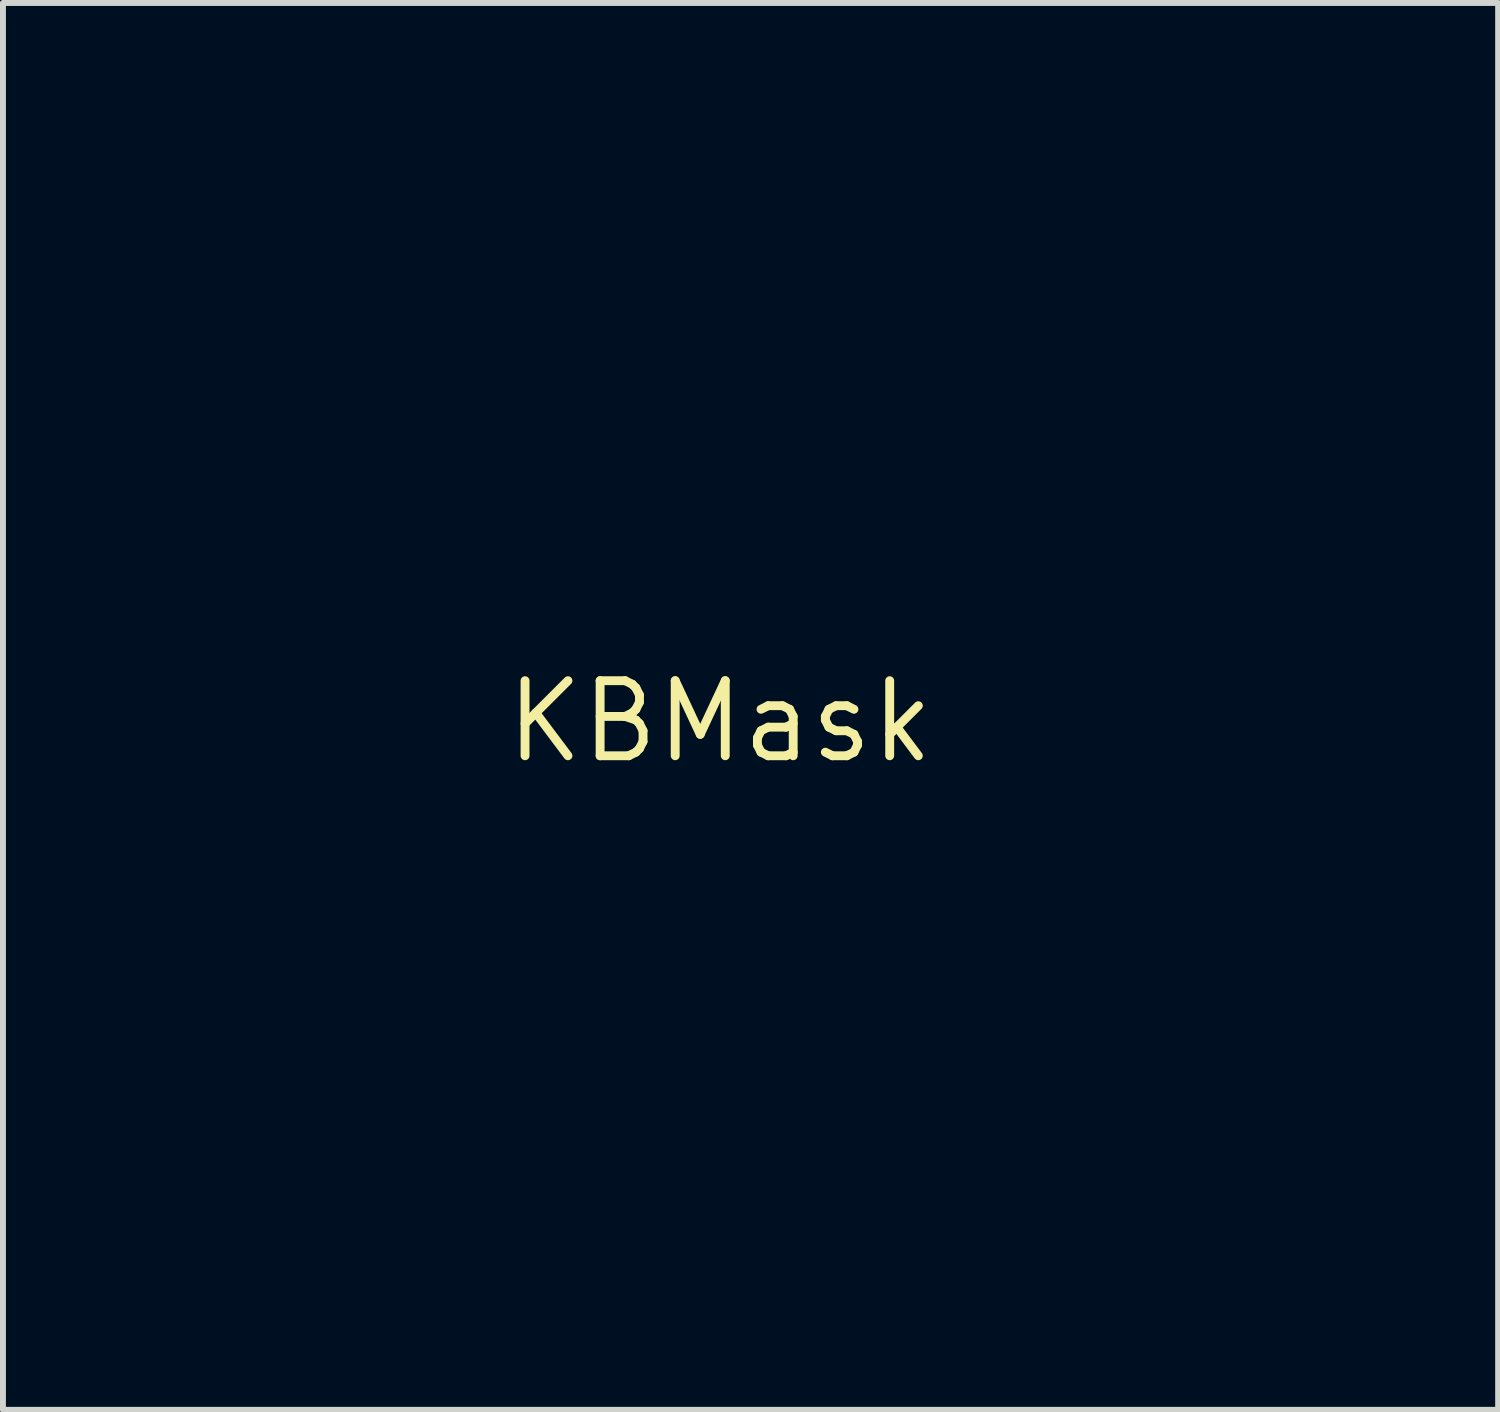
<source format=kicad_pcb>
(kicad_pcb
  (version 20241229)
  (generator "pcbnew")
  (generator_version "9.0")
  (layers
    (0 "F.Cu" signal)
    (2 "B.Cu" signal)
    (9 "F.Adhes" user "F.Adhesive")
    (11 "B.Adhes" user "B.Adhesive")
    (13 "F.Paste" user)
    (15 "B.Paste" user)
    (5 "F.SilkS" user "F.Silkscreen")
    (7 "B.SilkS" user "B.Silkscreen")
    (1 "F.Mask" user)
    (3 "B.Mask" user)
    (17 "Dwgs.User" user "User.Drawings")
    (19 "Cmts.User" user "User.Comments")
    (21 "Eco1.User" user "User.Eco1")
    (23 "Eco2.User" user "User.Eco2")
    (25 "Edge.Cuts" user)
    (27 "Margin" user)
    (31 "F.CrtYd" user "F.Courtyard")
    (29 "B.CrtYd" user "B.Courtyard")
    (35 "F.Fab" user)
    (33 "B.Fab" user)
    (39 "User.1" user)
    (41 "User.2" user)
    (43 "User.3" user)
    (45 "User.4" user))
  (footprint "KBMask"
    (layer "F.Cu")
    (at 9.128 9.155)
    (property "Reference" "KBMask" (at 0 0 0) (layer "F.SilkS") (effects (font (size 1.27 1.27) (thickness 0.15))))
    (attr through_hole)
    (fp_poly (pts (xy 1.311 -2.148) (xy 0.539 -1.704) (xy 0.373 -1.609) (xy 0.219 -1.521) (xy 0.08 -1.441) (xy -0.04 -1.373) (xy -0.137 -1.317) (xy -0.208 -1.278) (xy -0.247 -1.256) (xy -0.254 -1.252) (xy -0.26 -1.271) (xy -0.265 -1.331) (xy -0.268 -1.431) (xy -0.271 -1.569) (xy -0.274 -1.744) (xy -0.275 -1.955) (xy -0.275 -2.163) (xy -0.275 -3.08) (xy 0.519 -3.538) (xy 1.312 -3.996) (xy 1.311 -2.148)) (stroke (width 0.01) (type solid)) (fill yes) (layer "F.Mask"))
    (fp_poly (pts (xy 4.864 3.757) (xy 4.866 3.895) (xy 4.866 4.051) (xy 4.865 4.203) (xy 4.864 4.285) (xy 4.858 4.549) (xy 4.408 4.291) (xy 4.284 4.219) (xy 4.173 4.154) (xy 4.08 4.099) (xy 4.01 4.056) (xy 3.969 4.03) (xy 3.959 4.022) (xy 3.976 4.009) (xy 4.026 3.978) (xy 4.102 3.931) (xy 4.2 3.873) (xy 4.315 3.806) (xy 4.408 3.752) (xy 4.858 3.493) (xy 4.864 3.757)) (stroke (width 0.01) (type solid)) (fill yes) (layer "F.Mask"))
    (fp_poly (pts (xy 10.155 6.808) (xy 10.149 7.731) (xy 9.483 8.116) (xy 9.324 8.207) (xy 9.172 8.295) (xy 9.032 8.376) (xy 8.908 8.447) (xy 8.807 8.505) (xy 8.733 8.548) (xy 8.694 8.57) (xy 8.572 8.639) (xy 8.572 6.803) (xy 8.842 6.646) (xy 8.936 6.593) (xy 9.057 6.523) (xy 9.198 6.441) (xy 9.351 6.353) (xy 9.508 6.262) (xy 9.636 6.188) (xy 10.16 5.886) (xy 10.155 6.808)) (stroke (width 0.01) (type solid)) (fill yes) (layer "F.Mask"))
    (fp_poly (pts (xy 8.403 4.653) (xy 7.678 5.07) (xy 7.516 5.163) (xy 7.363 5.252) (xy 7.223 5.332) (xy 7.101 5.403) (xy 7.002 5.46) (xy 6.93 5.502) (xy 6.889 5.526) (xy 6.884 5.529) (xy 6.815 5.57) (xy 6.821 4.307) (xy 6.826 3.043) (xy 7.535 2.632) (xy 7.696 2.539) (xy 7.849 2.451) (xy 7.988 2.37) (xy 8.109 2.301) (xy 8.208 2.244) (xy 8.28 2.203) (xy 8.321 2.18) (xy 8.324 2.179) (xy 8.403 2.137) (xy 8.403 4.653)) (stroke (width 0.01) (type solid)) (fill yes) (layer "F.Mask"))
    (fp_poly (pts (xy -3.769 1.814) (xy -3.714 1.845) (xy -3.63 1.892) (xy -3.522 1.954) (xy -3.392 2.028) (xy -3.245 2.112) (xy -3.085 2.204) (xy -2.997 2.254) (xy -2.224 2.699) (xy -2.233 4.663) (xy -2.889 5.043) (xy -3.047 5.134) (xy -3.199 5.222) (xy -3.34 5.303) (xy -3.464 5.374) (xy -3.566 5.433) (xy -3.641 5.476) (xy -3.678 5.496) (xy -3.81 5.57) (xy -3.81 3.683) (xy -3.81 3.363) (xy -3.809 3.067) (xy -3.808 2.797) (xy -3.807 2.555) (xy -3.805 2.344) (xy -3.803 2.164) (xy -3.8 2.018) (xy -3.798 1.908) (xy -3.795 1.836) (xy -3.792 1.804) (xy -3.791 1.803) (xy -3.769 1.814)) (stroke (width 0.01) (type solid)) (fill yes) (layer "F.Mask"))
    (fp_poly (pts (xy 5.127 2.186) (xy 5.166 2.208) (xy 5.237 2.249) (xy 5.335 2.306) (xy 5.455 2.375) (xy 5.593 2.455) (xy 5.744 2.542) (xy 5.904 2.634) (xy 5.905 2.635) (xy 6.061 2.725) (xy 6.205 2.808) (xy 6.334 2.883) (xy 6.443 2.946) (xy 6.527 2.996) (xy 6.584 3.03) (xy 6.609 3.046) (xy 6.609 3.046) (xy 6.612 3.07) (xy 6.615 3.131) (xy 6.617 3.228) (xy 6.619 3.356) (xy 6.62 3.511) (xy 6.621 3.69) (xy 6.621 3.889) (xy 6.621 4.103) (xy 6.62 4.313) (xy 6.615 5.564) (xy 5.831 5.112) (xy 5.048 4.66) (xy 5.043 3.397) (xy 5.037 2.134) (xy 5.127 2.186)) (stroke (width 0.01) (type solid)) (fill yes) (layer "F.Mask"))
    (fp_poly (pts (xy -3.775 -2.953) (xy -3.721 -2.924) (xy -3.639 -2.878) (xy -3.531 -2.817) (xy -3.402 -2.744) (xy -3.256 -2.66) (xy -3.096 -2.569) (xy -3.002 -2.514) (xy -2.223 -2.065) (xy -2.223 -1.768) (xy -2.223 -1.471) (xy -3.004 -1.021) (xy -3.169 -0.926) (xy -3.324 -0.838) (xy -3.463 -0.758) (xy -3.583 -0.69) (xy -3.68 -0.635) (xy -3.75 -0.596) (xy -3.79 -0.575) (xy -3.797 -0.572) (xy -3.8 -0.592) (xy -3.802 -0.651) (xy -3.804 -0.745) (xy -3.806 -0.87) (xy -3.807 -1.022) (xy -3.808 -1.198) (xy -3.809 -1.393) (xy -3.81 -1.604) (xy -3.81 -1.767) (xy -3.81 -1.988) (xy -3.809 -2.195) (xy -3.808 -2.386) (xy -3.806 -2.556) (xy -3.805 -2.701) (xy -3.803 -2.818) (xy -3.8 -2.903) (xy -3.798 -2.952) (xy -3.796 -2.963) (xy -3.775 -2.953)) (stroke (width 0.01) (type solid)) (fill yes) (layer "F.Mask"))
    (fp_poly (pts (xy 2.125 0.455) (xy 2.177 0.484) (xy 2.257 0.529) (xy 2.359 0.587) (xy 2.479 0.656) (xy 2.613 0.732) (xy 2.755 0.814) (xy 2.901 0.899) (xy 3.047 0.983) (xy 3.187 1.065) (xy 3.317 1.141) (xy 3.433 1.208) (xy 3.529 1.265) (xy 3.602 1.308) (xy 3.646 1.335) (xy 3.657 1.343) (xy 3.662 1.356) (xy 3.667 1.388) (xy 3.671 1.44) (xy 3.674 1.515) (xy 3.677 1.617) (xy 3.678 1.746) (xy 3.679 1.908) (xy 3.679 2.103) (xy 3.679 2.335) (xy 3.678 2.607) (xy 3.678 2.616) (xy 3.672 3.865) (xy 2.095 2.955) (xy 2.095 1.7) (xy 2.096 1.474) (xy 2.096 1.261) (xy 2.097 1.064) (xy 2.098 0.888) (xy 2.099 0.737) (xy 2.1 0.613) (xy 2.101 0.52) (xy 2.103 0.463) (xy 2.104 0.445) (xy 2.125 0.455)) (stroke (width 0.01) (type solid)) (fill yes) (layer "F.Mask"))
    (fp_poly (pts (xy 5.449 0.465) (xy 5.453 0.522) (xy 5.456 0.61) (xy 5.459 0.725) (xy 5.46 0.86) (xy 5.461 1.01) (xy 5.461 1.014) (xy 5.461 1.584) (xy 4.879 1.917) (xy 4.873 2.597) (xy 4.871 2.798) (xy 4.869 2.961) (xy 4.865 3.087) (xy 4.861 3.181) (xy 4.855 3.245) (xy 4.848 3.283) (xy 4.842 3.297) (xy 4.816 3.313) (xy 4.76 3.347) (xy 4.678 3.396) (xy 4.576 3.455) (xy 4.46 3.523) (xy 4.403 3.556) (xy 4.279 3.627) (xy 4.164 3.694) (xy 4.063 3.752) (xy 3.984 3.798) (xy 3.932 3.828) (xy 3.921 3.835) (xy 3.852 3.877) (xy 3.857 2.613) (xy 3.863 1.348) (xy 4.646 0.896) (xy 4.812 0.801) (xy 4.967 0.712) (xy 5.106 0.632) (xy 5.227 0.564) (xy 5.325 0.509) (xy 5.396 0.47) (xy 5.437 0.448) (xy 5.445 0.445) (xy 5.449 0.465)) (stroke (width 0.01) (type solid)) (fill yes) (layer "F.Mask"))
    (fp_poly (pts (xy 7.205 1.337) (xy 7.44 1.472) (xy 7.639 1.587) (xy 7.807 1.684) (xy 7.945 1.764) (xy 8.056 1.83) (xy 8.141 1.881) (xy 8.205 1.92) (xy 8.248 1.948) (xy 8.273 1.966) (xy 8.284 1.976) (xy 8.284 1.977) (xy 8.267 1.991) (xy 8.216 2.024) (xy 8.134 2.075) (xy 8.024 2.141) (xy 7.89 2.221) (xy 7.734 2.312) (xy 7.56 2.414) (xy 7.37 2.525) (xy 7.167 2.641) (xy 6.955 2.763) (xy 6.835 2.831) (xy 6.717 2.899) (xy 5.936 2.447) (xy 5.77 2.352) (xy 5.617 2.262) (xy 5.479 2.18) (xy 5.361 2.109) (xy 5.266 2.051) (xy 5.199 2.008) (xy 5.162 1.983) (xy 5.156 1.977) (xy 5.174 1.963) (xy 5.225 1.93) (xy 5.305 1.88) (xy 5.411 1.816) (xy 5.538 1.741) (xy 5.683 1.655) (xy 5.842 1.562) (xy 5.937 1.507) (xy 6.717 1.056) (xy 7.205 1.337)) (stroke (width 0.01) (type solid)) (fill yes) (layer "F.Mask"))
    (fp_poly (pts (xy -5.778 0.12) (xy -5.772 0.136) (xy -5.767 0.168) (xy -5.763 0.217) (xy -5.761 0.289) (xy -5.759 0.387) (xy -5.758 0.515) (xy -5.758 0.676) (xy -5.757 0.874) (xy -5.757 0.961) (xy -5.757 1.147) (xy -5.758 1.319) (xy -5.758 1.473) (xy -5.759 1.604) (xy -5.76 1.708) (xy -5.761 1.78) (xy -5.762 1.817) (xy -5.763 1.82) (xy -5.781 1.81) (xy -5.833 1.78) (xy -5.913 1.735) (xy -6.019 1.674) (xy -6.145 1.602) (xy -6.288 1.519) (xy -6.444 1.429) (xy -6.498 1.398) (xy -6.658 1.306) (xy -6.806 1.219) (xy -6.938 1.141) (xy -7.051 1.074) (xy -7.14 1.02) (xy -7.201 0.982) (xy -7.231 0.962) (xy -7.233 0.959) (xy -7.217 0.946) (xy -7.168 0.915) (xy -7.092 0.868) (xy -6.994 0.808) (xy -6.878 0.739) (xy -6.75 0.662) (xy -6.613 0.581) (xy -6.472 0.499) (xy -6.333 0.418) (xy -6.2 0.341) (xy -6.078 0.271) (xy -5.971 0.21) (xy -5.885 0.162) (xy -5.824 0.129) (xy -5.794 0.115) (xy -5.785 0.114) (xy -5.778 0.12)) (stroke (width 0.01) (type solid)) (fill yes) (layer "F.Mask"))
    (fp_poly (pts (xy 9.266 5.25) (xy 9.432 5.346) (xy 9.586 5.435) (xy 9.725 5.516) (xy 9.845 5.586) (xy 9.943 5.643) (xy 10.013 5.685) (xy 10.053 5.709) (xy 10.06 5.714) (xy 10.045 5.726) (xy 9.998 5.757) (xy 9.923 5.804) (xy 9.825 5.864) (xy 9.708 5.934) (xy 9.577 6.013) (xy 9.437 6.096) (xy 9.291 6.182) (xy 9.145 6.269) (xy 9.003 6.352) (xy 8.869 6.43) (xy 8.748 6.5) (xy 8.644 6.559) (xy 8.563 6.605) (xy 8.508 6.634) (xy 8.483 6.645) (xy 8.483 6.645) (xy 8.464 6.635) (xy 8.412 6.605) (xy 8.332 6.558) (xy 8.226 6.497) (xy 8.098 6.424) (xy 7.953 6.34) (xy 7.794 6.248) (xy 7.697 6.191) (xy 7.532 6.095) (xy 7.378 6.006) (xy 7.239 5.925) (xy 7.12 5.855) (xy 7.024 5.799) (xy 6.954 5.758) (xy 6.915 5.734) (xy 6.908 5.73) (xy 6.924 5.718) (xy 6.973 5.686) (xy 7.051 5.639) (xy 7.154 5.577) (xy 7.28 5.502) (xy 7.425 5.417) (xy 7.583 5.325) (xy 7.693 5.261) (xy 8.488 4.802) (xy 9.266 5.25)) (stroke (width 0.01) (type solid)) (fill yes) (layer "F.Mask"))
    (fp_poly (pts (xy -8.978 -8.008) (xy -8.947 -7.99) (xy -8.88 -7.952) (xy -8.78 -7.894) (xy -8.649 -7.818) (xy -8.487 -7.725) (xy -8.298 -7.616) (xy -8.082 -7.492) (xy -7.841 -7.353) (xy -7.577 -7.201) (xy -7.292 -7.036) (xy -6.987 -6.86) (xy -6.664 -6.674) (xy -6.325 -6.478) (xy -5.972 -6.274) (xy -5.605 -6.062) (xy -5.227 -5.844) (xy -4.84 -5.62) (xy -4.639 -5.504) (xy -0.445 -3.081) (xy -0.445 -2.165) (xy -0.445 -1.973) (xy -0.446 -1.794) (xy -0.447 -1.634) (xy -0.45 -1.496) (xy -0.452 -1.384) (xy -0.455 -1.304) (xy -0.458 -1.258) (xy -0.46 -1.25) (xy -0.481 -1.261) (xy -0.535 -1.29) (xy -0.618 -1.337) (xy -0.726 -1.399) (xy -0.856 -1.473) (xy -1.003 -1.558) (xy -1.165 -1.652) (xy -1.291 -1.725) (xy -1.479 -1.834) (xy -1.702 -1.964) (xy -1.96 -2.113) (xy -2.252 -2.282) (xy -2.576 -2.47) (xy -2.932 -2.675) (xy -3.318 -2.899) (xy -3.734 -3.139) (xy -4.179 -3.396) (xy -4.651 -3.669) (xy -5.15 -3.957) (xy -5.675 -4.26) (xy -6.224 -4.576) (xy -6.796 -4.907) (xy -7.371 -5.238) (xy -9.123 -6.248) (xy -9.123 -8.089) (xy -8.978 -8.008)) (stroke (width 0.01) (type solid)) (fill yes) (layer "F.Mask"))
    (fp_poly (pts (xy 3.806 -0.619) (xy 3.861 -0.589) (xy 3.944 -0.543) (xy 4.048 -0.485) (xy 4.17 -0.415) (xy 4.305 -0.338) (xy 4.449 -0.256) (xy 4.596 -0.172) (xy 4.742 -0.087) (xy 4.882 -0.006) (xy 5.013 0.07) (xy 5.129 0.138) (xy 5.225 0.195) (xy 5.298 0.239) (xy 5.342 0.266) (xy 5.354 0.275) (xy 5.336 0.289) (xy 5.286 0.32) (xy 5.208 0.367) (xy 5.107 0.426) (xy 4.988 0.496) (xy 4.855 0.573) (xy 4.712 0.655) (xy 4.565 0.74) (xy 4.418 0.823) (xy 4.275 0.904) (xy 4.141 0.98) (xy 4.021 1.046) (xy 3.92 1.102) (xy 3.842 1.145) (xy 3.791 1.171) (xy 3.773 1.179) (xy 3.747 1.169) (xy 3.689 1.14) (xy 3.602 1.095) (xy 3.491 1.034) (xy 3.36 0.961) (xy 3.212 0.877) (xy 3.052 0.785) (xy 2.974 0.74) (xy 2.811 0.645) (xy 2.659 0.556) (xy 2.523 0.475) (xy 2.406 0.405) (xy 2.313 0.348) (xy 2.246 0.307) (xy 2.211 0.283) (xy 2.206 0.279) (xy 2.222 0.264) (xy 2.271 0.231) (xy 2.347 0.183) (xy 2.447 0.123) (xy 2.565 0.052) (xy 2.697 -0.026) (xy 2.838 -0.109) (xy 2.985 -0.194) (xy 3.132 -0.278) (xy 3.274 -0.359) (xy 3.408 -0.434) (xy 3.528 -0.501) (xy 3.63 -0.557) (xy 3.709 -0.599) (xy 3.762 -0.624) (xy 3.781 -0.631) (xy 3.806 -0.619)) (stroke (width 0.01) (type solid)) (fill yes) (layer "F.Mask"))
    (fp_poly (pts (xy -2.085 -1.304) (xy -2.061 -1.29) (xy -2.003 -1.256) (xy -1.913 -1.204) (xy -1.794 -1.135) (xy -1.648 -1.051) (xy -1.478 -0.952) (xy -1.285 -0.841) (xy -1.073 -0.718) (xy -0.843 -0.586) (xy -0.599 -0.445) (xy -0.342 -0.296) (xy -0.076 -0.143) (xy -0.069 -0.138) (xy 1.905 1.001) (xy 1.905 1.918) (xy 1.905 2.111) (xy 1.904 2.289) (xy 1.902 2.45) (xy 1.9 2.588) (xy 1.897 2.7) (xy 1.895 2.78) (xy 1.891 2.826) (xy 1.889 2.834) (xy 1.869 2.823) (xy 1.815 2.793) (xy 1.728 2.743) (xy 1.61 2.676) (xy 1.464 2.592) (xy 1.291 2.493) (xy 1.093 2.379) (xy 0.873 2.252) (xy 0.632 2.113) (xy 0.373 1.964) (xy 0.097 1.804) (xy -0.194 1.637) (xy -0.497 1.462) (xy -0.811 1.28) (xy -0.915 1.22) (xy -1.232 1.037) (xy -1.538 0.86) (xy -1.832 0.689) (xy -2.112 0.526) (xy -2.376 0.373) (xy -2.622 0.229) (xy -2.847 0.098) (xy -3.051 -0.022) (xy -3.23 -0.127) (xy -3.384 -0.218) (xy -3.509 -0.292) (xy -3.604 -0.349) (xy -3.667 -0.388) (xy -3.696 -0.407) (xy -3.698 -0.408) (xy -3.679 -0.422) (xy -3.627 -0.455) (xy -3.547 -0.504) (xy -3.44 -0.567) (xy -3.313 -0.643) (xy -3.167 -0.728) (xy -3.008 -0.821) (xy -2.91 -0.877) (xy -2.718 -0.988) (xy -2.56 -1.079) (xy -2.431 -1.152) (xy -2.328 -1.209) (xy -2.249 -1.251) (xy -2.19 -1.28) (xy -2.147 -1.298) (xy -2.118 -1.307) (xy -2.098 -1.308) (xy -2.085 -1.304)) (stroke (width 0.01) (type solid)) (fill yes) (layer "F.Mask"))
    (fp_poly (pts (xy -3.775 -0.224) (xy -3.753 -0.212) (xy -3.697 -0.18) (xy -3.607 -0.129) (xy -3.487 -0.061) (xy -3.339 0.025) (xy -3.164 0.125) (xy -2.964 0.24) (xy -2.742 0.368) (xy -2.499 0.508) (xy -2.238 0.658) (xy -1.96 0.818) (xy -1.667 0.987) (xy -1.363 1.163) (xy -1.047 1.345) (xy -0.923 1.417) (xy -0.586 1.612) (xy -0.248 1.807) (xy 0.089 2.001) (xy 0.421 2.193) (xy 0.745 2.381) (xy 1.06 2.562) (xy 1.36 2.736) (xy 1.644 2.9) (xy 1.909 3.053) (xy 2.152 3.193) (xy 2.369 3.319) (xy 2.558 3.428) (xy 2.716 3.519) (xy 2.826 3.583) (xy 3.032 3.702) (xy 3.247 3.826) (xy 3.465 3.952) (xy 3.679 4.075) (xy 3.881 4.192) (xy 4.065 4.298) (xy 4.224 4.39) (xy 4.318 4.444) (xy 4.454 4.523) (xy 4.621 4.619) (xy 4.81 4.729) (xy 5.016 4.848) (xy 5.232 4.972) (xy 5.45 5.098) (xy 5.665 5.222) (xy 5.821 5.312) (xy 6.042 5.44) (xy 6.284 5.58) (xy 6.537 5.726) (xy 6.793 5.874) (xy 7.044 6.018) (xy 7.28 6.154) (xy 7.492 6.277) (xy 7.583 6.329) (xy 8.403 6.802) (xy 8.403 7.719) (xy 8.403 7.911) (xy 8.403 8.09) (xy 8.402 8.251) (xy 8.401 8.389) (xy 8.401 8.501) (xy 8.4 8.581) (xy 8.399 8.627) (xy 8.398 8.636) (xy 8.379 8.625) (xy 8.326 8.594) (xy 8.238 8.544) (xy 8.117 8.474) (xy 7.966 8.387) (xy 7.784 8.282) (xy 7.574 8.161) (xy 7.336 8.024) (xy 7.073 7.872) (xy 6.785 7.706) (xy 6.474 7.527) (xy 6.142 7.335) (xy 5.788 7.131) (xy 5.416 6.916) (xy 5.025 6.69) (xy 4.619 6.456) (xy 4.197 6.212) (xy 3.761 5.961) (xy 3.313 5.702) (xy 2.854 5.437) (xy 2.386 5.166) (xy 2.297 5.115) (xy -3.799 1.594) (xy -3.805 0.678) (xy -3.806 0.457) (xy -3.807 0.275) (xy -3.807 0.127) (xy -3.806 0.011) (xy -3.805 -0.077) (xy -3.802 -0.141) (xy -3.799 -0.184) (xy -3.794 -0.21) (xy -3.787 -0.222) (xy -3.78 -0.225) (xy -3.775 -0.224)) (stroke (width 0.01) (type solid)) (fill yes) (layer "F.Mask"))
    (fp_poly (pts (xy -7.42 -9.14) (xy -7.366 -9.109) (xy -7.279 -9.06) (xy -7.161 -8.993) (xy -7.015 -8.909) (xy -6.842 -8.81) (xy -6.644 -8.697) (xy -6.422 -8.57) (xy -6.18 -8.431) (xy -5.919 -8.28) (xy -5.641 -8.12) (xy -5.347 -7.952) (xy -5.041 -7.775) (xy -4.723 -7.593) (xy -4.396 -7.404) (xy -4.062 -7.212) (xy -3.722 -7.016) (xy -3.379 -6.819) (xy -3.034 -6.62) (xy -2.691 -6.422) (xy -2.349 -6.225) (xy -2.012 -6.031) (xy -1.682 -5.84) (xy -1.359 -5.655) (xy -1.048 -5.475) (xy -0.748 -5.302) (xy -0.463 -5.137) (xy -0.194 -4.982) (xy 0.057 -4.837) (xy 0.288 -4.703) (xy 0.497 -4.582) (xy 0.682 -4.475) (xy 0.84 -4.383) (xy 0.971 -4.307) (xy 1.072 -4.248) (xy 1.141 -4.208) (xy 1.171 -4.19) (xy 1.23 -4.154) (xy 0.438 -3.696) (xy 0.272 -3.6) (xy 0.116 -3.511) (xy -0.023 -3.43) (xy -0.144 -3.361) (xy -0.242 -3.306) (xy -0.313 -3.266) (xy -0.354 -3.243) (xy -0.362 -3.239) (xy -0.381 -3.25) (xy -0.435 -3.281) (xy -0.522 -3.331) (xy -0.641 -3.399) (xy -0.791 -3.485) (xy -0.969 -3.588) (xy -1.174 -3.706) (xy -1.404 -3.839) (xy -1.659 -3.986) (xy -1.935 -4.145) (xy -2.232 -4.317) (xy -2.548 -4.499) (xy -2.882 -4.692) (xy -3.231 -4.894) (xy -3.595 -5.104) (xy -3.971 -5.321) (xy -4.358 -5.545) (xy -4.683 -5.732) (xy -5.077 -5.96) (xy -5.463 -6.183) (xy -5.836 -6.399) (xy -6.197 -6.608) (xy -6.544 -6.809) (xy -6.874 -7.001) (xy -7.186 -7.182) (xy -7.479 -7.353) (xy -7.751 -7.511) (xy -8 -7.657) (xy -8.225 -7.789) (xy -8.425 -7.906) (xy -8.597 -8.007) (xy -8.74 -8.091) (xy -8.853 -8.158) (xy -8.933 -8.207) (xy -8.98 -8.236) (xy -8.992 -8.244) (xy -8.973 -8.259) (xy -8.923 -8.291) (xy -8.845 -8.339) (xy -8.744 -8.4) (xy -8.625 -8.471) (xy -8.493 -8.55) (xy -8.351 -8.633) (xy -8.205 -8.719) (xy -8.06 -8.803) (xy -7.919 -8.884) (xy -7.788 -8.96) (xy -7.671 -9.026) (xy -7.573 -9.081) (xy -7.499 -9.121) (xy -7.452 -9.145) (xy -7.439 -9.15) (xy -7.42 -9.14)) (stroke (width 0.01) (type solid)) (fill yes) (layer "F.Mask"))
    (fp_poly (pts (xy -5.545 -3.969) (xy -5.49 -3.94) (xy -5.408 -3.896) (xy -5.304 -3.838) (xy -5.182 -3.77) (xy -5.048 -3.694) (xy -4.905 -3.613) (xy -4.759 -3.53) (xy -4.614 -3.447) (xy -4.475 -3.367) (xy -4.348 -3.293) (xy -4.235 -3.227) (xy -4.143 -3.173) (xy -4.077 -3.132) (xy -4.041 -3.11) (xy -3.987 -3.072) (xy -3.985 1.248) (xy -3.984 1.672) (xy -3.984 2.085) (xy -3.985 2.484) (xy -3.985 2.869) (xy -3.985 3.235) (xy -3.986 3.583) (xy -3.986 3.909) (xy -3.987 4.212) (xy -3.988 4.489) (xy -3.989 4.74) (xy -3.99 4.961) (xy -3.991 5.15) (xy -3.992 5.307) (xy -3.993 5.428) (xy -3.994 5.513) (xy -3.996 5.558) (xy -3.997 5.565) (xy -4.017 5.554) (xy -4.071 5.525) (xy -4.153 5.478) (xy -4.261 5.417) (xy -4.39 5.343) (xy -4.536 5.258) (xy -4.696 5.166) (xy -4.794 5.109) (xy -4.961 5.012) (xy -5.116 4.921) (xy -5.257 4.838) (xy -5.379 4.766) (xy -5.478 4.707) (xy -5.551 4.662) (xy -5.593 4.636) (xy -5.602 4.629) (xy -5.616 4.607) (xy -5.649 4.552) (xy -5.701 4.465) (xy -5.768 4.349) (xy -5.851 4.209) (xy -5.946 4.045) (xy -6.053 3.861) (xy -6.169 3.661) (xy -6.293 3.446) (xy -6.424 3.219) (xy -6.485 3.113) (xy -7.345 1.623) (xy -7.345 1.371) (xy -7.343 1.274) (xy -7.34 1.195) (xy -7.334 1.143) (xy -7.328 1.125) (xy -7.328 1.125) (xy -7.306 1.137) (xy -7.252 1.168) (xy -7.169 1.216) (xy -7.06 1.278) (xy -6.93 1.353) (xy -6.782 1.438) (xy -6.62 1.531) (xy -6.495 1.603) (xy -6.325 1.701) (xy -6.167 1.792) (xy -6.022 1.874) (xy -5.897 1.945) (xy -5.794 2.002) (xy -5.717 2.044) (xy -5.67 2.069) (xy -5.656 2.074) (xy -5.628 2.059) (xy -5.6 2.027) (xy -5.595 2.017) (xy -5.591 2.001) (xy -5.587 1.976) (xy -5.584 1.941) (xy -5.581 1.893) (xy -5.579 1.83) (xy -5.577 1.75) (xy -5.575 1.652) (xy -5.574 1.532) (xy -5.573 1.389) (xy -5.573 1.222) (xy -5.573 1.027) (xy -5.573 0.803) (xy -5.574 0.548) (xy -5.575 0.259) (xy -5.576 -0.064) (xy -5.578 -0.426) (xy -5.58 -0.826) (xy -5.581 -1) (xy -5.583 -1.425) (xy -5.584 -1.809) (xy -5.586 -2.155) (xy -5.587 -2.464) (xy -5.587 -2.739) (xy -5.588 -2.98) (xy -5.588 -3.19) (xy -5.587 -3.37) (xy -5.586 -3.523) (xy -5.585 -3.65) (xy -5.583 -3.754) (xy -5.581 -3.835) (xy -5.579 -3.896) (xy -5.576 -3.939) (xy -5.573 -3.966) (xy -5.569 -3.978) (xy -5.567 -3.979) (xy -5.545 -3.969)) (stroke (width 0.01) (type solid)) (fill yes) (layer "F.Mask")))
  (gr_rect
    (start -3 -3)
    (end 22.293 20.799)
    (stroke (width 0.1) (type default))
    (fill no)
    (layer "Edge.Cuts")))
</source>
